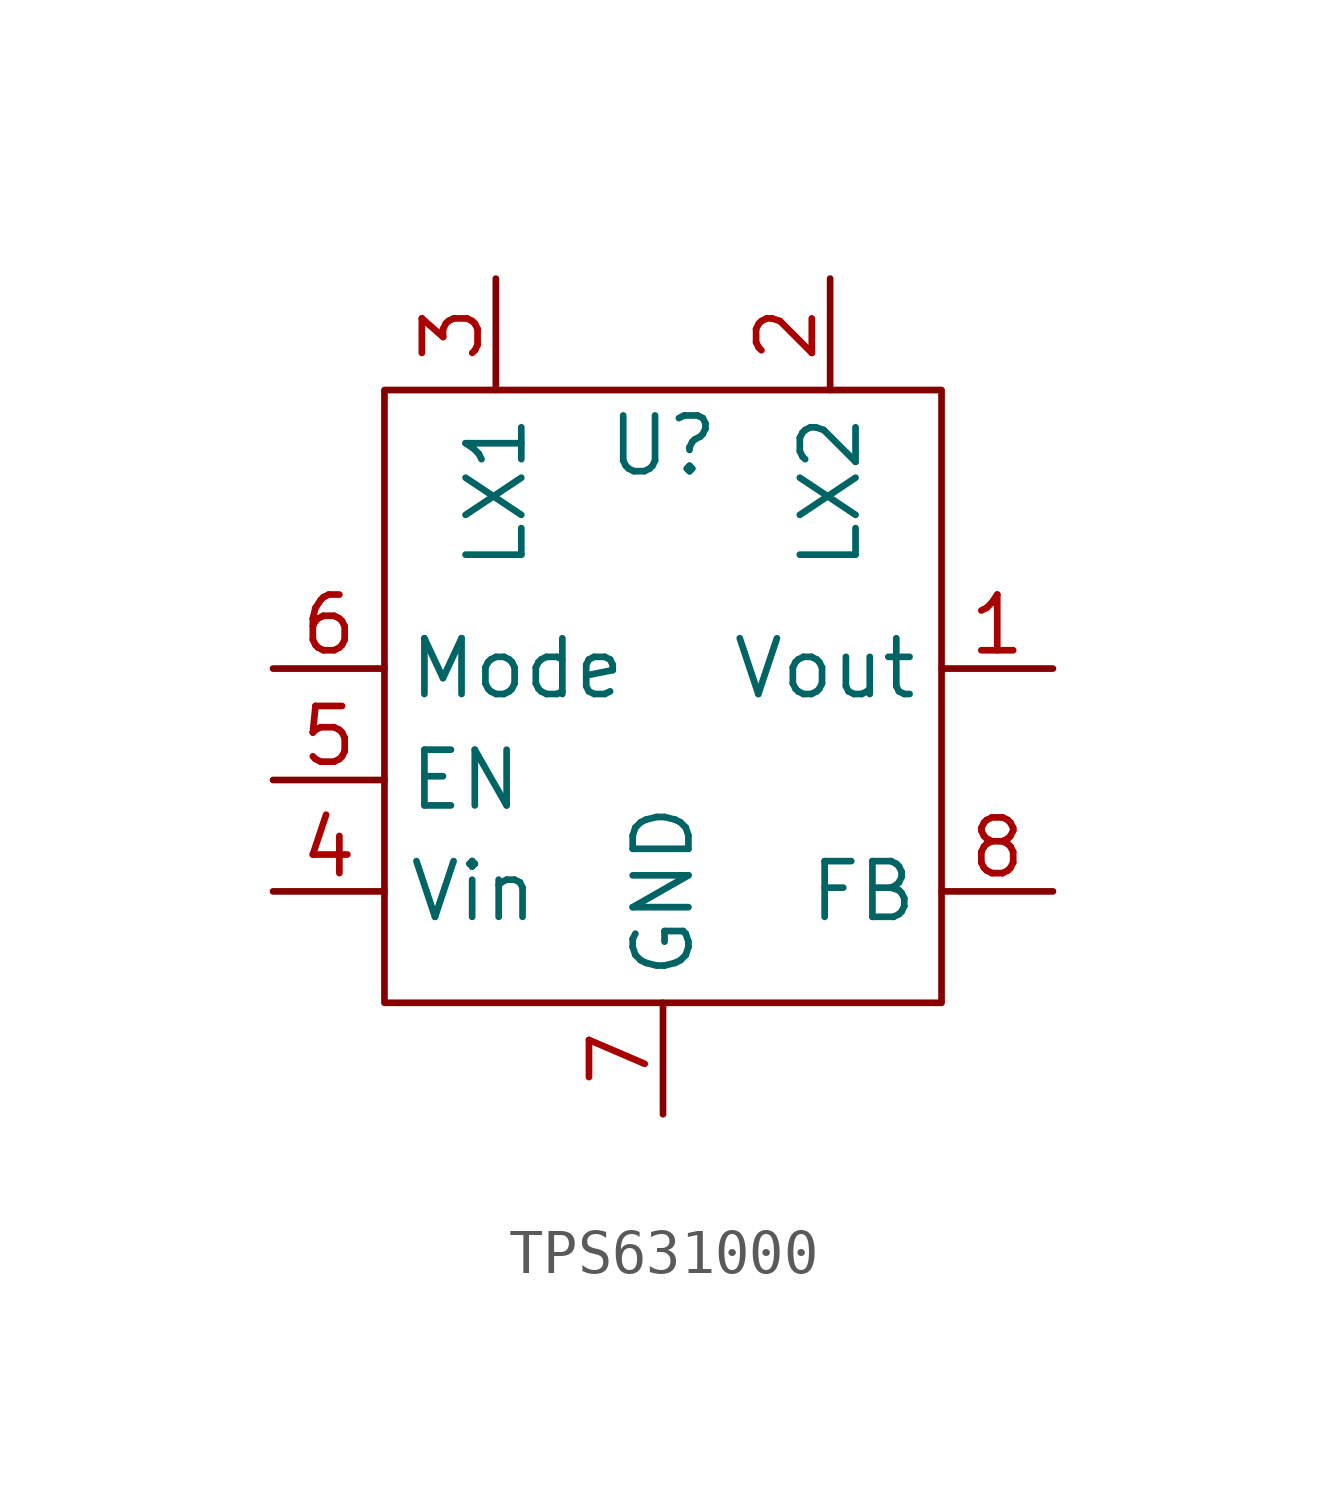
<source format=kicad_sym>
(kicad_symbol_lib
  (version 20241209)
  (generator "kicad_symbol_editor")
  (generator_version "9.0")
  (symbol "TPS631000"
    (property "Reference" "U"
      (at 0 6.35 0)
      (effects (font (size 1.27 1.27))))
    (property "Value" ""
      (at 0 0 0)
      (effects (font (size 1.27 1.27))))
    (symbol "TPS631000_0_1"
      (rectangle (start -6.35 7.62) (end 6.35 -6.35) (stroke (width 0) (type default)) (fill (type none))))
    (symbol "TPS631000_1_1"
      (pin input line (at -8.89 1.27 0) (length 2.54) (name "Mode" (effects (font (size 1.27 1.27)))) (number "6" (effects (font (size 1.27 1.27)))))
      (pin input line (at -8.89 -1.27 0) (length 2.54) (name "EN" (effects (font (size 1.27 1.27)))) (number "5" (effects (font (size 1.27 1.27)))))
      (pin power_in line (at -8.89 -3.81 0) (length 2.54) (name "Vin" (effects (font (size 1.27 1.27)))) (number "4" (effects (font (size 1.27 1.27)))))
      (pin power_out line (at -3.81 10.16 270) (length 2.54) (name "LX1" (effects (font (size 1.27 1.27)))) (number "3" (effects (font (size 1.27 1.27)))))
      (pin power_in line (at 0 -8.89 90) (length 2.54) (name "GND" (effects (font (size 1.27 1.27)))) (number "7" (effects (font (size 1.27 1.27)))))
      (pin power_out line (at 3.81 10.16 270) (length 2.54) (name "LX2" (effects (font (size 1.27 1.27)))) (number "2" (effects (font (size 1.27 1.27)))))
      (pin power_out line (at 8.89 1.27 180) (length 2.54) (name "Vout" (effects (font (size 1.27 1.27)))) (number "1" (effects (font (size 1.27 1.27)))))
      (pin input line (at 8.89 -3.81 180) (length 2.54) (name "FB" (effects (font (size 1.27 1.27)))) (number "8" (effects (font (size 1.27 1.27))))))))
</source>
